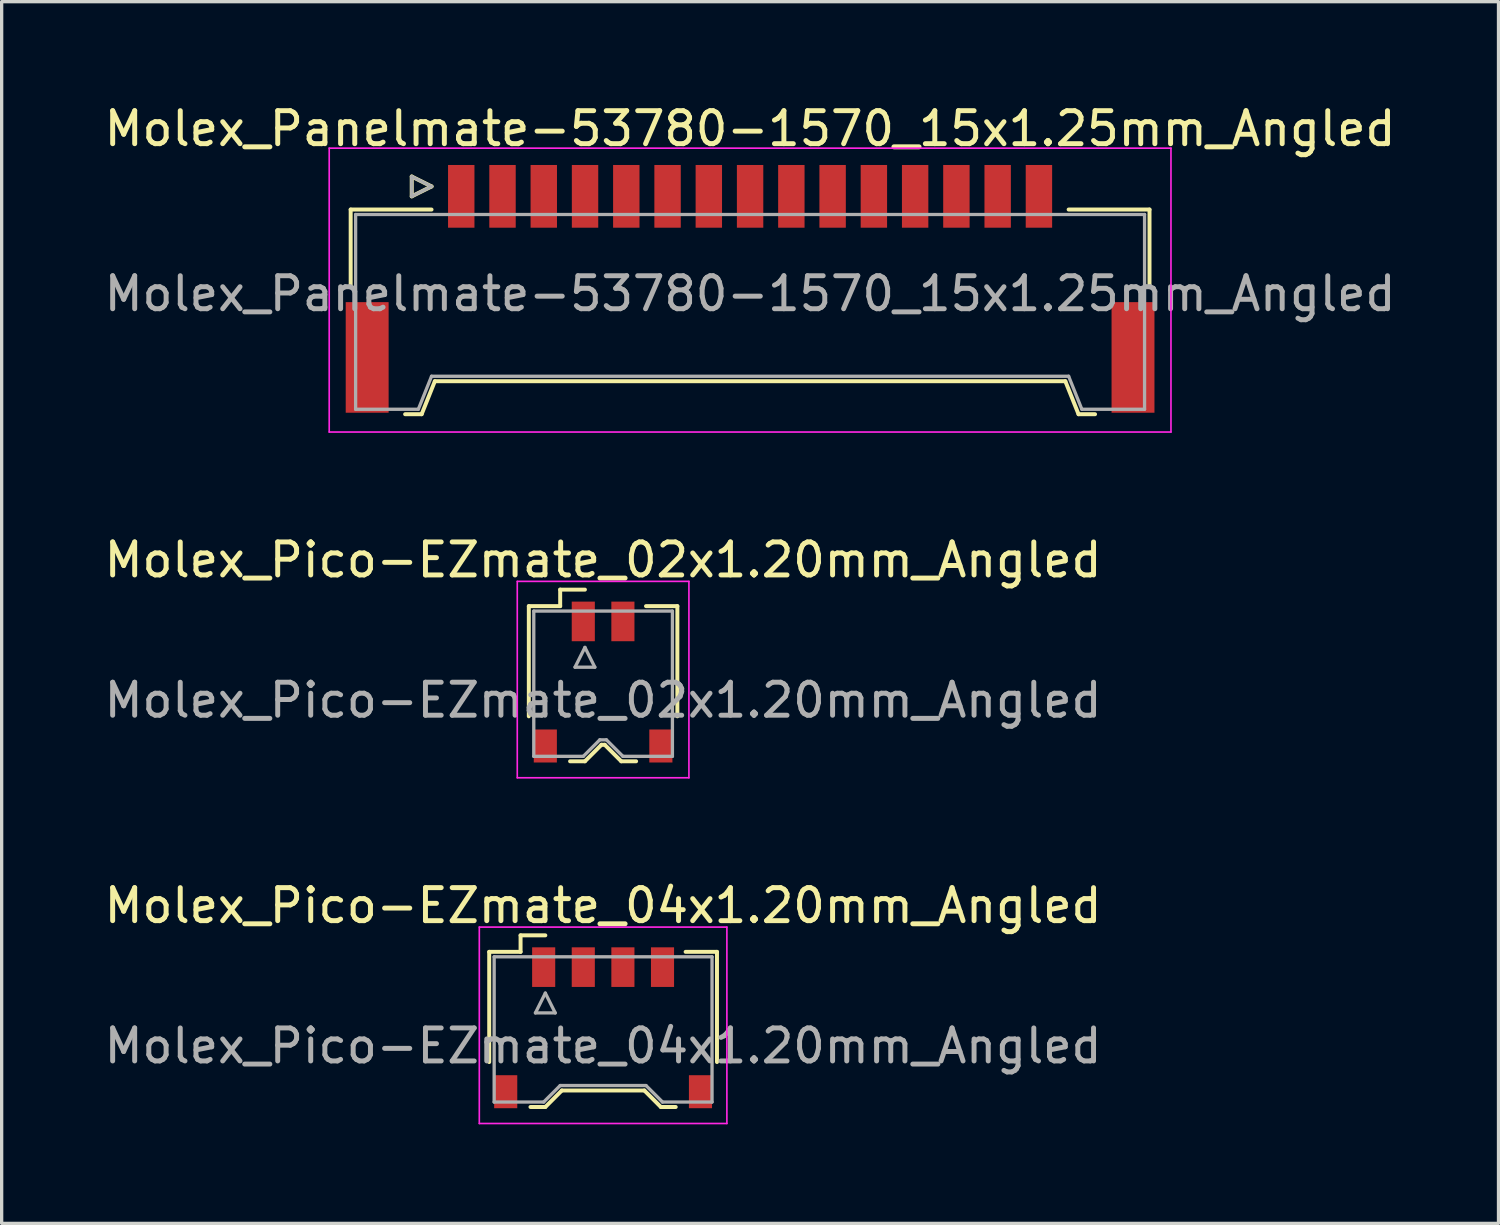
<source format=kicad_pcb>
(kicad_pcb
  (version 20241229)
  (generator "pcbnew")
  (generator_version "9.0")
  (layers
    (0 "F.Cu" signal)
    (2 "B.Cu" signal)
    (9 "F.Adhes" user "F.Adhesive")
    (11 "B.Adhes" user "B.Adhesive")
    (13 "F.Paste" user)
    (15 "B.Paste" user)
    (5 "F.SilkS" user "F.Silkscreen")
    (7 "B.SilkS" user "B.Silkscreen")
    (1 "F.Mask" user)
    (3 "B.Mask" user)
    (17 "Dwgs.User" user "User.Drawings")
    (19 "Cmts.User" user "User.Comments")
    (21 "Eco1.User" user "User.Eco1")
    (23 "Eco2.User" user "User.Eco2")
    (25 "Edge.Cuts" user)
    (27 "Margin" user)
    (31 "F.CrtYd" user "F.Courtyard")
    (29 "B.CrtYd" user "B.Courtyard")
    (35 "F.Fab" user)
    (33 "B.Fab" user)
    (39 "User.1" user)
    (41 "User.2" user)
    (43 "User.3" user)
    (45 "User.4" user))
  (footprint "Molex_Panelmate-53780-1570_15x1.25mm_Angled"
    (layer "F.Cu")
    (at 19.673 5.338)
    (property "Reference" "Molex_Panelmate-53780-1570_15x1.25mm_Angled" (at 0 -4.49 0) (layer "F.SilkS") (effects (font (size 1 1) (thickness 0.15))))
    (attr smd)
    (fp_line (start -12.1 -2.04) (end -12.1 0.265) (stroke (width 0.12) (type solid)) (layer "F.SilkS"))
    (fp_line (start -10.45 4.16) (end -9.95 4.16) (stroke (width 0.12) (type solid)) (layer "F.SilkS"))
    (fp_line (start -10.25 -3.04) (end -10.25 -2.44) (stroke (width 0.12) (type solid)) (layer "F.SilkS"))
    (fp_line (start -10.25 -2.44) (end -9.65 -2.74) (stroke (width 0.12) (type solid)) (layer "F.SilkS"))
    (fp_line (start -9.95 4.16) (end -9.55 3.16) (stroke (width 0.12) (type solid)) (layer "F.SilkS"))
    (fp_line (start -9.65 -2.74) (end -10.25 -3.04) (stroke (width 0.12) (type solid)) (layer "F.SilkS"))
    (fp_line (start -9.65 -2.04) (end -12.1 -2.04) (stroke (width 0.12) (type solid)) (layer "F.SilkS"))
    (fp_line (start -9.55 3.16) (end 9.55 3.16) (stroke (width 0.12) (type solid)) (layer "F.SilkS"))
    (fp_line (start 9.55 3.16) (end 9.95 4.16) (stroke (width 0.12) (type solid)) (layer "F.SilkS"))
    (fp_line (start 9.65 -2.04) (end 12.1 -2.04) (stroke (width 0.12) (type solid)) (layer "F.SilkS"))
    (fp_line (start 9.95 4.16) (end 10.45 4.16) (stroke (width 0.12) (type solid)) (layer "F.SilkS"))
    (fp_line (start 12.1 -2.04) (end 12.1 0.265) (stroke (width 0.12) (type solid)) (layer "F.SilkS"))
    (fp_line (start -12.75 -3.9) (end -12.75 4.7) (stroke (width 0.05) (type solid)) (layer "F.CrtYd"))
    (fp_line (start -12.75 4.7) (end 12.75 4.7) (stroke (width 0.05) (type solid)) (layer "F.CrtYd"))
    (fp_line (start 12.75 -3.9) (end -12.75 -3.9) (stroke (width 0.05) (type solid)) (layer "F.CrtYd"))
    (fp_line (start 12.75 4.7) (end 12.75 -3.9) (stroke (width 0.05) (type solid)) (layer "F.CrtYd"))
    (fp_line (start -11.95 -1.89) (end -11.95 4.01) (stroke (width 0.1) (type solid)) (layer "F.Fab"))
    (fp_line (start -11.95 4.01) (end -10.05 4.01) (stroke (width 0.1) (type solid)) (layer "F.Fab"))
    (fp_line (start -10.25 -3.04) (end -10.25 -2.44) (stroke (width 0.1) (type solid)) (layer "F.Fab"))
    (fp_line (start -10.25 -2.44) (end -9.65 -2.74) (stroke (width 0.1) (type solid)) (layer "F.Fab"))
    (fp_line (start -10.05 4.01) (end -9.65 3.01) (stroke (width 0.1) (type solid)) (layer "F.Fab"))
    (fp_line (start -9.65 -2.74) (end -10.25 -3.04) (stroke (width 0.1) (type solid)) (layer "F.Fab"))
    (fp_line (start -9.65 3.01) (end 9.65 3.01) (stroke (width 0.1) (type solid)) (layer "F.Fab"))
    (fp_line (start 9.65 3.01) (end 10.05 4.01) (stroke (width 0.1) (type solid)) (layer "F.Fab"))
    (fp_line (start 10.05 4.01) (end 11.95 4.01) (stroke (width 0.1) (type solid)) (layer "F.Fab"))
    (fp_line (start 11.95 -1.89) (end -11.95 -1.89) (stroke (width 0.1) (type solid)) (layer "F.Fab"))
    (fp_line (start 11.95 4.01) (end 11.95 -1.89) (stroke (width 0.1) (type solid)) (layer "F.Fab"))
    (fp_text user "${REFERENCE}" (at 0 0.51 0) (layer "F.Fab") (effects (font (size 1 1) (thickness 0.15))))
    (pad "" smd rect (at -11.6 2.44) (size 1.3 3.35) (layers "F.Cu" "F.Mask" "F.Paste"))
    (pad "" smd rect (at 11.6 2.44) (size 1.3 3.35) (layers "F.Cu" "F.Mask" "F.Paste"))
    (pad "1" smd rect (at -8.75 -2.44) (size 0.8 1.9) (layers "F.Cu" "F.Mask" "F.Paste"))
    (pad "2" smd rect (at -7.5 -2.44) (size 0.8 1.9) (layers "F.Cu" "F.Mask" "F.Paste"))
    (pad "3" smd rect (at -6.25 -2.44) (size 0.8 1.9) (layers "F.Cu" "F.Mask" "F.Paste"))
    (pad "4" smd rect (at -5 -2.44) (size 0.8 1.9) (layers "F.Cu" "F.Mask" "F.Paste"))
    (pad "5" smd rect (at -3.75 -2.44) (size 0.8 1.9) (layers "F.Cu" "F.Mask" "F.Paste"))
    (pad "6" smd rect (at -2.5 -2.44) (size 0.8 1.9) (layers "F.Cu" "F.Mask" "F.Paste"))
    (pad "7" smd rect (at -1.25 -2.44) (size 0.8 1.9) (layers "F.Cu" "F.Mask" "F.Paste"))
    (pad "8" smd rect (at 0 -2.44) (size 0.8 1.9) (layers "F.Cu" "F.Mask" "F.Paste"))
    (pad "9" smd rect (at 1.25 -2.44) (size 0.8 1.9) (layers "F.Cu" "F.Mask" "F.Paste"))
    (pad "10" smd rect (at 2.5 -2.44) (size 0.8 1.9) (layers "F.Cu" "F.Mask" "F.Paste"))
    (pad "11" smd rect (at 3.75 -2.44) (size 0.8 1.9) (layers "F.Cu" "F.Mask" "F.Paste"))
    (pad "12" smd rect (at 5 -2.44) (size 0.8 1.9) (layers "F.Cu" "F.Mask" "F.Paste"))
    (pad "13" smd rect (at 6.25 -2.44) (size 0.8 1.9) (layers "F.Cu" "F.Mask" "F.Paste"))
    (pad "14" smd rect (at 7.5 -2.44) (size 0.8 1.9) (layers "F.Cu" "F.Mask" "F.Paste"))
    (pad "15" smd rect (at 8.75 -2.44) (size 0.8 1.9) (layers "F.Cu" "F.Mask" "F.Paste")))
  (footprint "Molex_Pico-EZmate_04x1.20mm_Angled"
    (layer "F.Cu")
    (at 15.22 28.135)
    (property "Reference" "Molex_Pico-EZmate_04x1.20mm_Angled" (at 0 -3.75 0) (layer "F.SilkS") (effects (font (size 1 1) (thickness 0.15))))
    (attr smd)
    (fp_line (start -3.45 -2.35) (end -3.45 0.988) (stroke (width 0.12) (type solid)) (layer "F.SilkS"))
    (fp_line (start -2.5 -2.85) (end -1.75 -2.85) (stroke (width 0.12) (type solid)) (layer "F.SilkS"))
    (fp_line (start -2.5 -2.35) (end -3.45 -2.35) (stroke (width 0.12) (type solid)) (layer "F.SilkS"))
    (fp_line (start -2.5 -2.35) (end -2.5 -2.85) (stroke (width 0.12) (type solid)) (layer "F.SilkS"))
    (fp_line (start -2.2 2.35) (end -1.75 2.35) (stroke (width 0.12) (type solid)) (layer "F.SilkS"))
    (fp_line (start -1.75 2.35) (end -1.25 1.85) (stroke (width 0.12) (type solid)) (layer "F.SilkS"))
    (fp_line (start -1.25 1.85) (end 1.25 1.85) (stroke (width 0.12) (type solid)) (layer "F.SilkS"))
    (fp_line (start 1.25 1.85) (end 1.75 2.35) (stroke (width 0.12) (type solid)) (layer "F.SilkS"))
    (fp_line (start 1.75 2.35) (end 2.2 2.35) (stroke (width 0.12) (type solid)) (layer "F.SilkS"))
    (fp_line (start 2.5 -2.35) (end 3.45 -2.35) (stroke (width 0.12) (type solid)) (layer "F.SilkS"))
    (fp_line (start 3.45 -2.35) (end 3.45 0.988) (stroke (width 0.12) (type solid)) (layer "F.SilkS"))
    (fp_line (start -3.75 -3.1) (end -3.75 2.85) (stroke (width 0.05) (type solid)) (layer "F.CrtYd"))
    (fp_line (start -3.75 2.85) (end 3.75 2.85) (stroke (width 0.05) (type solid)) (layer "F.CrtYd"))
    (fp_line (start 3.75 -3.1) (end -3.75 -3.1) (stroke (width 0.05) (type solid)) (layer "F.CrtYd"))
    (fp_line (start 3.75 2.85) (end 3.75 -3.1) (stroke (width 0.05) (type solid)) (layer "F.CrtYd"))
    (fp_line (start -3.3 -2.2) (end -3.3 2.2) (stroke (width 0.1) (type solid)) (layer "F.Fab"))
    (fp_line (start -3.3 2.2) (end -1.8 2.2) (stroke (width 0.1) (type solid)) (layer "F.Fab"))
    (fp_line (start -2.05 -0.5) (end -1.45 -0.5) (stroke (width 0.1) (type solid)) (layer "F.Fab"))
    (fp_line (start -1.8 2.2) (end -1.3 1.7) (stroke (width 0.1) (type solid)) (layer "F.Fab"))
    (fp_line (start -1.75 -1.1) (end -2.05 -0.5) (stroke (width 0.1) (type solid)) (layer "F.Fab"))
    (fp_line (start -1.45 -0.5) (end -1.75 -1.1) (stroke (width 0.1) (type solid)) (layer "F.Fab"))
    (fp_line (start -1.3 1.7) (end 1.3 1.7) (stroke (width 0.1) (type solid)) (layer "F.Fab"))
    (fp_line (start 1.3 1.7) (end 1.8 2.2) (stroke (width 0.1) (type solid)) (layer "F.Fab"))
    (fp_line (start 1.8 2.2) (end 3.3 2.2) (stroke (width 0.1) (type solid)) (layer "F.Fab"))
    (fp_line (start 3.3 -2.2) (end -3.3 -2.2) (stroke (width 0.1) (type solid)) (layer "F.Fab"))
    (fp_line (start 3.3 2.2) (end 3.3 -2.2) (stroke (width 0.1) (type solid)) (layer "F.Fab"))
    (fp_text user "${REFERENCE}" (at 0 0.5 0) (layer "F.Fab") (effects (font (size 1 1) (thickness 0.15))))
    (pad "" smd rect (at -2.95 1.887) (size 0.7 1) (layers "F.Cu" "F.Mask" "F.Paste"))
    (pad "" smd rect (at 2.95 1.887) (size 0.7 1) (layers "F.Cu" "F.Mask" "F.Paste"))
    (pad "1" smd rect (at -1.8 -1.887) (size 0.7 1.2) (layers "F.Cu" "F.Mask" "F.Paste"))
    (pad "2" smd rect (at -0.6 -1.887) (size 0.7 1.2) (layers "F.Cu" "F.Mask" "F.Paste"))
    (pad "3" smd rect (at 0.6 -1.887) (size 0.7 1.2) (layers "F.Cu" "F.Mask" "F.Paste"))
    (pad "4" smd rect (at 1.8 -1.887) (size 0.7 1.2) (layers "F.Cu" "F.Mask" "F.Paste")))
  (footprint "Molex_Pico-EZmate_02x1.20mm_Angled"
    (layer "F.Cu")
    (at 15.22 17.662)
    (property "Reference" "Molex_Pico-EZmate_02x1.20mm_Angled" (at 0 -3.75 0) (layer "F.SilkS") (effects (font (size 1 1) (thickness 0.15))))
    (attr smd)
    (fp_line (start -2.25 -2.35) (end -2.25 0.988) (stroke (width 0.12) (type solid)) (layer "F.SilkS"))
    (fp_line (start -1.3 -2.85) (end -0.55 -2.85) (stroke (width 0.12) (type solid)) (layer "F.SilkS"))
    (fp_line (start -1.3 -2.35) (end -2.25 -2.35) (stroke (width 0.12) (type solid)) (layer "F.SilkS"))
    (fp_line (start -1.3 -2.35) (end -1.3 -2.85) (stroke (width 0.12) (type solid)) (layer "F.SilkS"))
    (fp_line (start -1 2.35) (end -0.55 2.35) (stroke (width 0.12) (type solid)) (layer "F.SilkS"))
    (fp_line (start -0.55 2.35) (end -0.05 1.85) (stroke (width 0.12) (type solid)) (layer "F.SilkS"))
    (fp_line (start -0.05 1.85) (end 0.05 1.85) (stroke (width 0.12) (type solid)) (layer "F.SilkS"))
    (fp_line (start 0.05 1.85) (end 0.55 2.35) (stroke (width 0.12) (type solid)) (layer "F.SilkS"))
    (fp_line (start 0.55 2.35) (end 1 2.35) (stroke (width 0.12) (type solid)) (layer "F.SilkS"))
    (fp_line (start 1.3 -2.35) (end 2.25 -2.35) (stroke (width 0.12) (type solid)) (layer "F.SilkS"))
    (fp_line (start 2.25 -2.35) (end 2.25 0.988) (stroke (width 0.12) (type solid)) (layer "F.SilkS"))
    (fp_line (start -2.6 -3.1) (end -2.6 2.85) (stroke (width 0.05) (type solid)) (layer "F.CrtYd"))
    (fp_line (start -2.6 2.85) (end 2.6 2.85) (stroke (width 0.05) (type solid)) (layer "F.CrtYd"))
    (fp_line (start 2.6 -3.1) (end -2.6 -3.1) (stroke (width 0.05) (type solid)) (layer "F.CrtYd"))
    (fp_line (start 2.6 2.85) (end 2.6 -3.1) (stroke (width 0.05) (type solid)) (layer "F.CrtYd"))
    (fp_line (start -2.1 -2.2) (end -2.1 2.2) (stroke (width 0.1) (type solid)) (layer "F.Fab"))
    (fp_line (start -2.1 2.2) (end -0.6 2.2) (stroke (width 0.1) (type solid)) (layer "F.Fab"))
    (fp_line (start -0.85 -0.5) (end -0.25 -0.5) (stroke (width 0.1) (type solid)) (layer "F.Fab"))
    (fp_line (start -0.6 2.2) (end -0.1 1.7) (stroke (width 0.1) (type solid)) (layer "F.Fab"))
    (fp_line (start -0.55 -1.1) (end -0.85 -0.5) (stroke (width 0.1) (type solid)) (layer "F.Fab"))
    (fp_line (start -0.25 -0.5) (end -0.55 -1.1) (stroke (width 0.1) (type solid)) (layer "F.Fab"))
    (fp_line (start -0.1 1.7) (end 0.1 1.7) (stroke (width 0.1) (type solid)) (layer "F.Fab"))
    (fp_line (start 0.1 1.7) (end 0.6 2.2) (stroke (width 0.1) (type solid)) (layer "F.Fab"))
    (fp_line (start 0.6 2.2) (end 2.1 2.2) (stroke (width 0.1) (type solid)) (layer "F.Fab"))
    (fp_line (start 2.1 -2.2) (end -2.1 -2.2) (stroke (width 0.1) (type solid)) (layer "F.Fab"))
    (fp_line (start 2.1 2.2) (end 2.1 -2.2) (stroke (width 0.1) (type solid)) (layer "F.Fab"))
    (fp_text user "${REFERENCE}" (at 0 0.5 0) (layer "F.Fab") (effects (font (size 1 1) (thickness 0.15))))
    (pad "" smd rect (at -1.75 1.887) (size 0.7 1) (layers "F.Cu" "F.Mask" "F.Paste"))
    (pad "" smd rect (at 1.75 1.887) (size 0.7 1) (layers "F.Cu" "F.Mask" "F.Paste"))
    (pad "1" smd rect (at -0.6 -1.887) (size 0.7 1.2) (layers "F.Cu" "F.Mask" "F.Paste"))
    (pad "2" smd rect (at 0.6 -1.887) (size 0.7 1.2) (layers "F.Cu" "F.Mask" "F.Paste")))
  (gr_rect
    (start -3 -3)
    (end 42.345 34.01)
    (stroke (width 0.1) (type default))
    (fill no)
    (layer "Edge.Cuts")))
</source>
